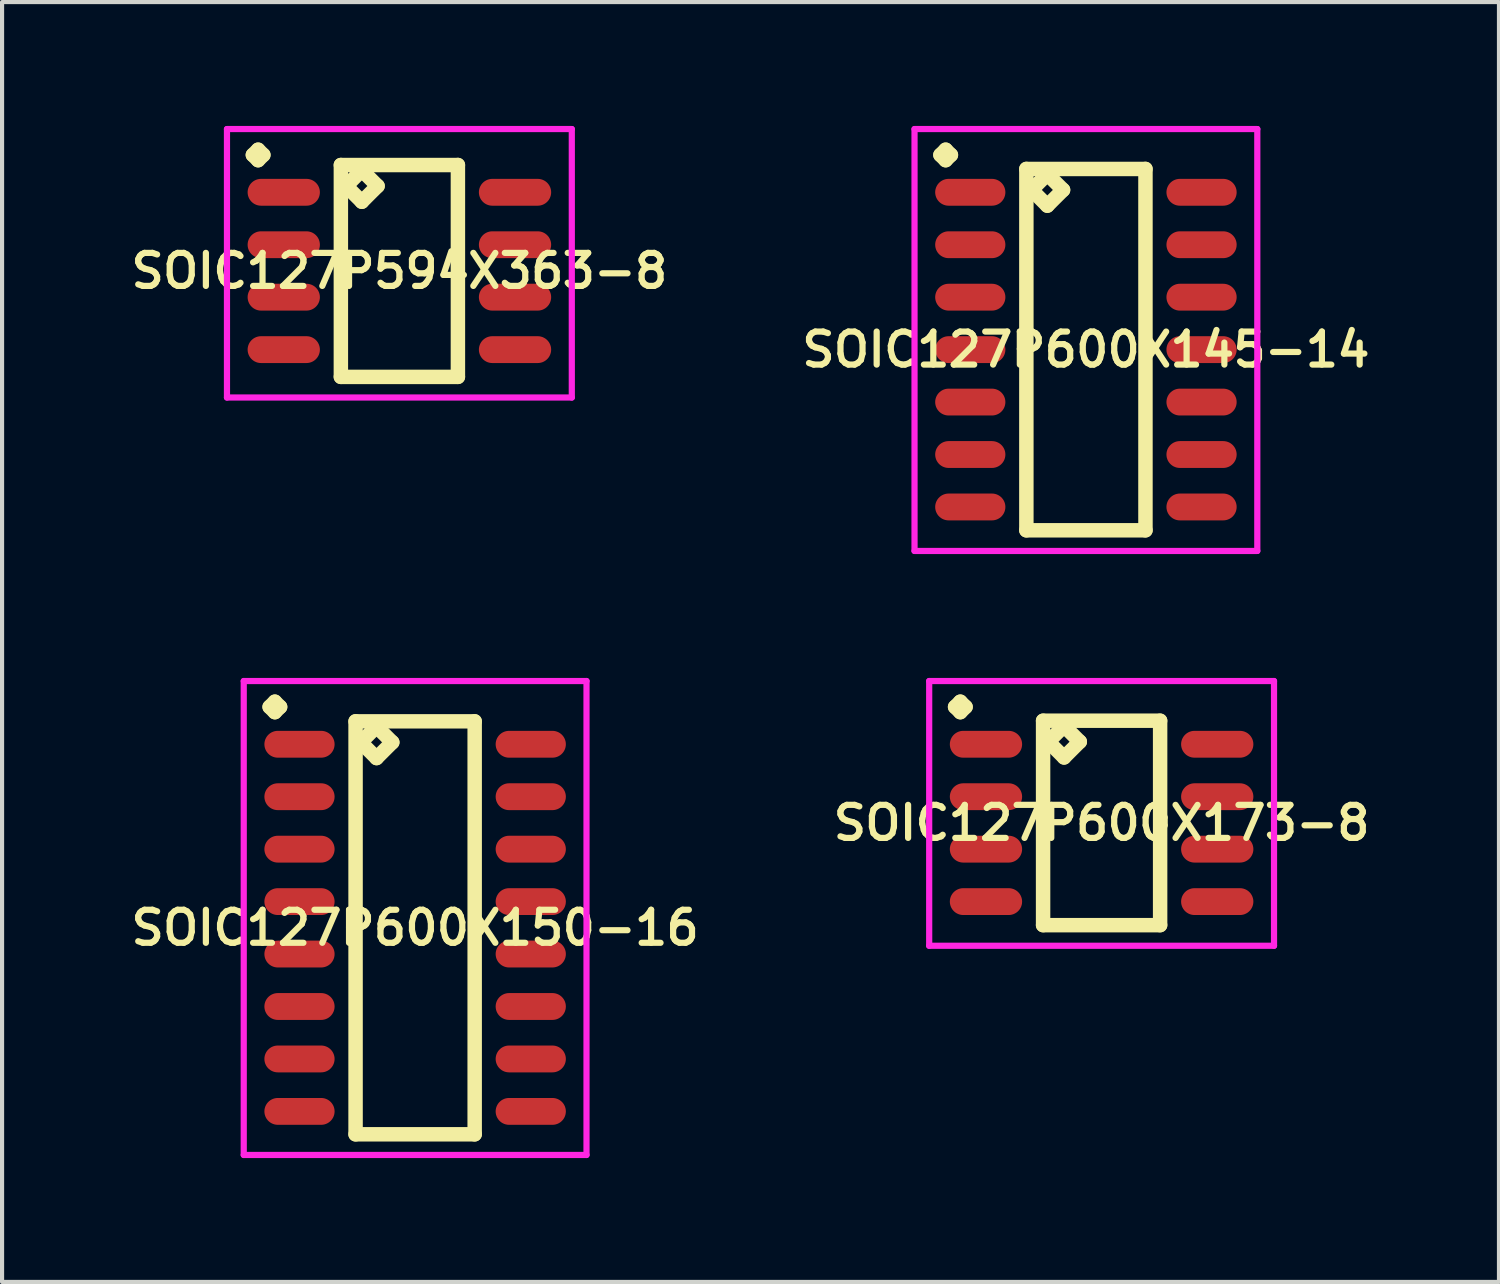
<source format=kicad_pcb>
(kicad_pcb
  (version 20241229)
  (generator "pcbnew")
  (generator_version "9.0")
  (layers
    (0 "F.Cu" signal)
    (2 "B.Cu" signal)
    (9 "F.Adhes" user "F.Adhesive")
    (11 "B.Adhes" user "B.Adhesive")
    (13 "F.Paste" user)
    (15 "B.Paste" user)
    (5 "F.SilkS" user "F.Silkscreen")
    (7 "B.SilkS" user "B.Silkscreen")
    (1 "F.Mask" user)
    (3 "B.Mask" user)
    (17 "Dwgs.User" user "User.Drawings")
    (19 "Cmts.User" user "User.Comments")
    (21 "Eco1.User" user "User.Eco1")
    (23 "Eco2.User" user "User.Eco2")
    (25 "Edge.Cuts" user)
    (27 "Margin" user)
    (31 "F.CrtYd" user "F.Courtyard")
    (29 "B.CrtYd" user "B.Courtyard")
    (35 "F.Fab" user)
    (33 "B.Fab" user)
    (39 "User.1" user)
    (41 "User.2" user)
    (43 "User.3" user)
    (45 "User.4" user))
  (footprint "SOIC127P594X363-8"
    (layer "F.Cu")
    (at 6.621 3.511)
    (property "Reference" "SOIC127P594X363-8" (at 0 0 0) (layer "F.SilkS") (effects (font (size 0.8 0.8) (thickness 0.15))))
    (attr smd)
    (fp_line (start -3.548 -2.809) (end -3.421 -2.936) (stroke (width 0.35) (type solid)) (layer "F.SilkS"))
    (fp_line (start -3.421 -2.936) (end -3.294 -2.809) (stroke (width 0.35) (type solid)) (layer "F.SilkS"))
    (fp_line (start -3.421 -2.682) (end -3.548 -2.809) (stroke (width 0.35) (type solid)) (layer "F.SilkS"))
    (fp_line (start -3.294 -2.809) (end -3.421 -2.682) (stroke (width 0.35) (type solid)) (layer "F.SilkS"))
    (fp_line (start -1.417 -2.565) (end -1.417 2.565) (stroke (width 0.35) (type solid)) (layer "F.SilkS"))
    (fp_line (start -1.417 2.565) (end 1.417 2.565) (stroke (width 0.35) (type solid)) (layer "F.SilkS"))
    (fp_line (start -1.29 -2.057) (end -0.909 -2.438) (stroke (width 0.35) (type solid)) (layer "F.SilkS"))
    (fp_line (start -0.909 -2.438) (end -0.528 -2.057) (stroke (width 0.35) (type solid)) (layer "F.SilkS"))
    (fp_line (start -0.909 -1.676) (end -1.29 -2.057) (stroke (width 0.35) (type solid)) (layer "F.SilkS"))
    (fp_line (start -0.528 -2.057) (end -0.909 -1.676) (stroke (width 0.35) (type solid)) (layer "F.SilkS"))
    (fp_line (start 1.417 -2.565) (end -1.417 -2.565) (stroke (width 0.35) (type solid)) (layer "F.SilkS"))
    (fp_line (start 1.417 2.565) (end 1.417 -2.565) (stroke (width 0.35) (type solid)) (layer "F.SilkS"))
    (fp_line (start -4.175 -3.436) (end 4.175 -3.436) (stroke (width 0.15) (type solid)) (layer "F.CrtYd"))
    (fp_line (start -4.175 3.065) (end -4.175 -3.436) (stroke (width 0.15) (type solid)) (layer "F.CrtYd"))
    (fp_line (start 4.175 -3.436) (end 4.175 3.065) (stroke (width 0.15) (type solid)) (layer "F.CrtYd"))
    (fp_line (start 4.175 3.065) (end -4.175 3.065) (stroke (width 0.15) (type solid)) (layer "F.CrtYd"))
    (pad "1" smd oval (at -2.8 -1.905) (size 1.75 0.65) (layers "F.Cu" "F.Mask" "F.Paste"))
    (pad "2" smd oval (at -2.8 -0.635) (size 1.75 0.65) (layers "F.Cu" "F.Mask" "F.Paste"))
    (pad "3" smd oval (at -2.8 0.635) (size 1.75 0.65) (layers "F.Cu" "F.Mask" "F.Paste"))
    (pad "4" smd oval (at -2.8 1.905) (size 1.75 0.65) (layers "F.Cu" "F.Mask" "F.Paste"))
    (pad "5" smd oval (at 2.8 1.905) (size 1.75 0.65) (layers "F.Cu" "F.Mask" "F.Paste"))
    (pad "6" smd oval (at 2.8 0.635) (size 1.75 0.65) (layers "F.Cu" "F.Mask" "F.Paste"))
    (pad "7" smd oval (at 2.8 -0.635) (size 1.75 0.65) (layers "F.Cu" "F.Mask" "F.Paste"))
    (pad "8" smd oval (at 2.8 -1.905) (size 1.75 0.65) (layers "F.Cu" "F.Mask" "F.Paste")))
  (footprint "SOIC127P600X145-14"
    (layer "F.Cu")
    (at 23.245 5.416)
    (property "Reference" "SOIC127P600X145-14" (at 0 0 0) (layer "F.SilkS") (effects (font (size 0.8 0.8) (thickness 0.15))))
    (attr smd)
    (fp_line (start -3.523 -4.714) (end -3.396 -4.841) (stroke (width 0.35) (type solid)) (layer "F.SilkS"))
    (fp_line (start -3.396 -4.841) (end -3.269 -4.714) (stroke (width 0.35) (type solid)) (layer "F.SilkS"))
    (fp_line (start -3.396 -4.587) (end -3.523 -4.714) (stroke (width 0.35) (type solid)) (layer "F.SilkS"))
    (fp_line (start -3.269 -4.714) (end -3.396 -4.587) (stroke (width 0.35) (type solid)) (layer "F.SilkS"))
    (fp_line (start -1.442 -4.375) (end -1.442 4.375) (stroke (width 0.35) (type solid)) (layer "F.SilkS"))
    (fp_line (start -1.442 4.375) (end 1.442 4.375) (stroke (width 0.35) (type solid)) (layer "F.SilkS"))
    (fp_line (start -1.315 -3.867) (end -0.934 -4.248) (stroke (width 0.35) (type solid)) (layer "F.SilkS"))
    (fp_line (start -0.934 -4.248) (end -0.553 -3.867) (stroke (width 0.35) (type solid)) (layer "F.SilkS"))
    (fp_line (start -0.934 -3.486) (end -1.315 -3.867) (stroke (width 0.35) (type solid)) (layer "F.SilkS"))
    (fp_line (start -0.553 -3.867) (end -0.934 -3.486) (stroke (width 0.35) (type solid)) (layer "F.SilkS"))
    (fp_line (start 1.442 -4.375) (end -1.442 -4.375) (stroke (width 0.35) (type solid)) (layer "F.SilkS"))
    (fp_line (start 1.442 4.375) (end 1.442 -4.375) (stroke (width 0.35) (type solid)) (layer "F.SilkS"))
    (fp_line (start -4.15 -5.341) (end 4.15 -5.341) (stroke (width 0.15) (type solid)) (layer "F.CrtYd"))
    (fp_line (start -4.15 4.875) (end -4.15 -5.341) (stroke (width 0.15) (type solid)) (layer "F.CrtYd"))
    (fp_line (start 4.15 -5.341) (end 4.15 4.875) (stroke (width 0.15) (type solid)) (layer "F.CrtYd"))
    (fp_line (start 4.15 4.875) (end -4.15 4.875) (stroke (width 0.15) (type solid)) (layer "F.CrtYd"))
    (pad "1" smd oval (at -2.8 -3.81) (size 1.7 0.65) (layers "F.Cu" "F.Mask" "F.Paste"))
    (pad "2" smd oval (at -2.8 -2.54) (size 1.7 0.65) (layers "F.Cu" "F.Mask" "F.Paste"))
    (pad "3" smd oval (at -2.8 -1.27) (size 1.7 0.65) (layers "F.Cu" "F.Mask" "F.Paste"))
    (pad "4" smd oval (at -2.8 0) (size 1.7 0.65) (layers "F.Cu" "F.Mask" "F.Paste"))
    (pad "5" smd oval (at -2.8 1.27) (size 1.7 0.65) (layers "F.Cu" "F.Mask" "F.Paste"))
    (pad "6" smd oval (at -2.8 2.54) (size 1.7 0.65) (layers "F.Cu" "F.Mask" "F.Paste"))
    (pad "7" smd oval (at -2.8 3.81) (size 1.7 0.65) (layers "F.Cu" "F.Mask" "F.Paste"))
    (pad "8" smd oval (at 2.8 3.81) (size 1.7 0.65) (layers "F.Cu" "F.Mask" "F.Paste"))
    (pad "9" smd oval (at 2.8 2.54) (size 1.7 0.65) (layers "F.Cu" "F.Mask" "F.Paste"))
    (pad "10" smd oval (at 2.8 1.27) (size 1.7 0.65) (layers "F.Cu" "F.Mask" "F.Paste"))
    (pad "11" smd oval (at 2.8 0) (size 1.7 0.65) (layers "F.Cu" "F.Mask" "F.Paste"))
    (pad "12" smd oval (at 2.8 -1.27) (size 1.7 0.65) (layers "F.Cu" "F.Mask" "F.Paste"))
    (pad "13" smd oval (at 2.8 -2.54) (size 1.7 0.65) (layers "F.Cu" "F.Mask" "F.Paste"))
    (pad "14" smd oval (at 2.8 -3.81) (size 1.7 0.65) (layers "F.Cu" "F.Mask" "F.Paste")))
  (footprint "SOIC127P600X150-16"
    (layer "F.Cu")
    (at 7.002 19.417)
    (property "Reference" "SOIC127P600X150-16" (at 0 0 0) (layer "F.SilkS") (effects (font (size 0.8 0.8) (thickness 0.15))))
    (attr smd)
    (fp_line (start -3.523 -5.349) (end -3.396 -5.476) (stroke (width 0.35) (type solid)) (layer "F.SilkS"))
    (fp_line (start -3.396 -5.476) (end -3.269 -5.349) (stroke (width 0.35) (type solid)) (layer "F.SilkS"))
    (fp_line (start -3.396 -5.222) (end -3.523 -5.349) (stroke (width 0.35) (type solid)) (layer "F.SilkS"))
    (fp_line (start -3.269 -5.349) (end -3.396 -5.222) (stroke (width 0.35) (type solid)) (layer "F.SilkS"))
    (fp_line (start -1.442 -5) (end -1.442 5) (stroke (width 0.35) (type solid)) (layer "F.SilkS"))
    (fp_line (start -1.442 5) (end 1.442 5) (stroke (width 0.35) (type solid)) (layer "F.SilkS"))
    (fp_line (start -1.315 -4.492) (end -0.934 -4.873) (stroke (width 0.35) (type solid)) (layer "F.SilkS"))
    (fp_line (start -0.934 -4.873) (end -0.553 -4.492) (stroke (width 0.35) (type solid)) (layer "F.SilkS"))
    (fp_line (start -0.934 -4.111) (end -1.315 -4.492) (stroke (width 0.35) (type solid)) (layer "F.SilkS"))
    (fp_line (start -0.553 -4.492) (end -0.934 -4.111) (stroke (width 0.35) (type solid)) (layer "F.SilkS"))
    (fp_line (start 1.442 -5) (end -1.442 -5) (stroke (width 0.35) (type solid)) (layer "F.SilkS"))
    (fp_line (start 1.442 5) (end 1.442 -5) (stroke (width 0.35) (type solid)) (layer "F.SilkS"))
    (fp_line (start -4.15 -5.976) (end 4.15 -5.976) (stroke (width 0.15) (type solid)) (layer "F.CrtYd"))
    (fp_line (start -4.15 5.5) (end -4.15 -5.976) (stroke (width 0.15) (type solid)) (layer "F.CrtYd"))
    (fp_line (start 4.15 -5.976) (end 4.15 5.5) (stroke (width 0.15) (type solid)) (layer "F.CrtYd"))
    (fp_line (start 4.15 5.5) (end -4.15 5.5) (stroke (width 0.15) (type solid)) (layer "F.CrtYd"))
    (pad "1" smd oval (at -2.8 -4.445) (size 1.7 0.65) (layers "F.Cu" "F.Mask" "F.Paste"))
    (pad "2" smd oval (at -2.8 -3.175) (size 1.7 0.65) (layers "F.Cu" "F.Mask" "F.Paste"))
    (pad "3" smd oval (at -2.8 -1.905) (size 1.7 0.65) (layers "F.Cu" "F.Mask" "F.Paste"))
    (pad "4" smd oval (at -2.8 -0.635) (size 1.7 0.65) (layers "F.Cu" "F.Mask" "F.Paste"))
    (pad "5" smd oval (at -2.8 0.635) (size 1.7 0.65) (layers "F.Cu" "F.Mask" "F.Paste"))
    (pad "6" smd oval (at -2.8 1.905) (size 1.7 0.65) (layers "F.Cu" "F.Mask" "F.Paste"))
    (pad "7" smd oval (at -2.8 3.175) (size 1.7 0.65) (layers "F.Cu" "F.Mask" "F.Paste"))
    (pad "8" smd oval (at -2.8 4.445) (size 1.7 0.65) (layers "F.Cu" "F.Mask" "F.Paste"))
    (pad "9" smd oval (at 2.8 4.445) (size 1.7 0.65) (layers "F.Cu" "F.Mask" "F.Paste"))
    (pad "10" smd oval (at 2.8 3.175) (size 1.7 0.65) (layers "F.Cu" "F.Mask" "F.Paste"))
    (pad "11" smd oval (at 2.8 1.905) (size 1.7 0.65) (layers "F.Cu" "F.Mask" "F.Paste"))
    (pad "12" smd oval (at 2.8 0.635) (size 1.7 0.65) (layers "F.Cu" "F.Mask" "F.Paste"))
    (pad "13" smd oval (at 2.8 -0.635) (size 1.7 0.65) (layers "F.Cu" "F.Mask" "F.Paste"))
    (pad "14" smd oval (at 2.8 -1.905) (size 1.7 0.65) (layers "F.Cu" "F.Mask" "F.Paste"))
    (pad "15" smd oval (at 2.8 -3.175) (size 1.7 0.65) (layers "F.Cu" "F.Mask" "F.Paste"))
    (pad "16" smd oval (at 2.8 -4.445) (size 1.7 0.65) (layers "F.Cu" "F.Mask" "F.Paste")))
  (footprint "SOIC127P600X173-8"
    (layer "F.Cu")
    (at 23.625 16.877)
    (property "Reference" "SOIC127P600X173-8" (at 0 0 0) (layer "F.SilkS") (effects (font (size 0.8 0.8) (thickness 0.15))))
    (attr smd)
    (fp_line (start -3.548 -2.809) (end -3.421 -2.936) (stroke (width 0.35) (type solid)) (layer "F.SilkS"))
    (fp_line (start -3.421 -2.936) (end -3.294 -2.809) (stroke (width 0.35) (type solid)) (layer "F.SilkS"))
    (fp_line (start -3.421 -2.682) (end -3.548 -2.809) (stroke (width 0.35) (type solid)) (layer "F.SilkS"))
    (fp_line (start -3.294 -2.809) (end -3.421 -2.682) (stroke (width 0.35) (type solid)) (layer "F.SilkS"))
    (fp_line (start -1.417 -2.475) (end -1.417 2.475) (stroke (width 0.35) (type solid)) (layer "F.SilkS"))
    (fp_line (start -1.417 2.475) (end 1.417 2.475) (stroke (width 0.35) (type solid)) (layer "F.SilkS"))
    (fp_line (start -1.29 -1.967) (end -0.909 -2.348) (stroke (width 0.35) (type solid)) (layer "F.SilkS"))
    (fp_line (start -0.909 -2.348) (end -0.528 -1.967) (stroke (width 0.35) (type solid)) (layer "F.SilkS"))
    (fp_line (start -0.909 -1.586) (end -1.29 -1.967) (stroke (width 0.35) (type solid)) (layer "F.SilkS"))
    (fp_line (start -0.528 -1.967) (end -0.909 -1.586) (stroke (width 0.35) (type solid)) (layer "F.SilkS"))
    (fp_line (start 1.417 -2.475) (end -1.417 -2.475) (stroke (width 0.35) (type solid)) (layer "F.SilkS"))
    (fp_line (start 1.417 2.475) (end 1.417 -2.475) (stroke (width 0.35) (type solid)) (layer "F.SilkS"))
    (fp_line (start -4.175 -3.436) (end 4.175 -3.436) (stroke (width 0.15) (type solid)) (layer "F.CrtYd"))
    (fp_line (start -4.175 2.975) (end -4.175 -3.436) (stroke (width 0.15) (type solid)) (layer "F.CrtYd"))
    (fp_line (start 4.175 -3.436) (end 4.175 2.975) (stroke (width 0.15) (type solid)) (layer "F.CrtYd"))
    (fp_line (start 4.175 2.975) (end -4.175 2.975) (stroke (width 0.15) (type solid)) (layer "F.CrtYd"))
    (pad "1" smd oval (at -2.8 -1.905) (size 1.75 0.65) (layers "F.Cu" "F.Mask" "F.Paste"))
    (pad "2" smd oval (at -2.8 -0.635) (size 1.75 0.65) (layers "F.Cu" "F.Mask" "F.Paste"))
    (pad "3" smd oval (at -2.8 0.635) (size 1.75 0.65) (layers "F.Cu" "F.Mask" "F.Paste"))
    (pad "4" smd oval (at -2.8 1.905) (size 1.75 0.65) (layers "F.Cu" "F.Mask" "F.Paste"))
    (pad "5" smd oval (at 2.8 1.905) (size 1.75 0.65) (layers "F.Cu" "F.Mask" "F.Paste"))
    (pad "6" smd oval (at 2.8 0.635) (size 1.75 0.65) (layers "F.Cu" "F.Mask" "F.Paste"))
    (pad "7" smd oval (at 2.8 -0.635) (size 1.75 0.65) (layers "F.Cu" "F.Mask" "F.Paste"))
    (pad "8" smd oval (at 2.8 -1.905) (size 1.75 0.65) (layers "F.Cu" "F.Mask" "F.Paste")))
  (gr_rect
    (start -3 -3)
    (end 33.247 27.992)
    (stroke (width 0.1) (type default))
    (fill no)
    (layer "Edge.Cuts")))
</source>
